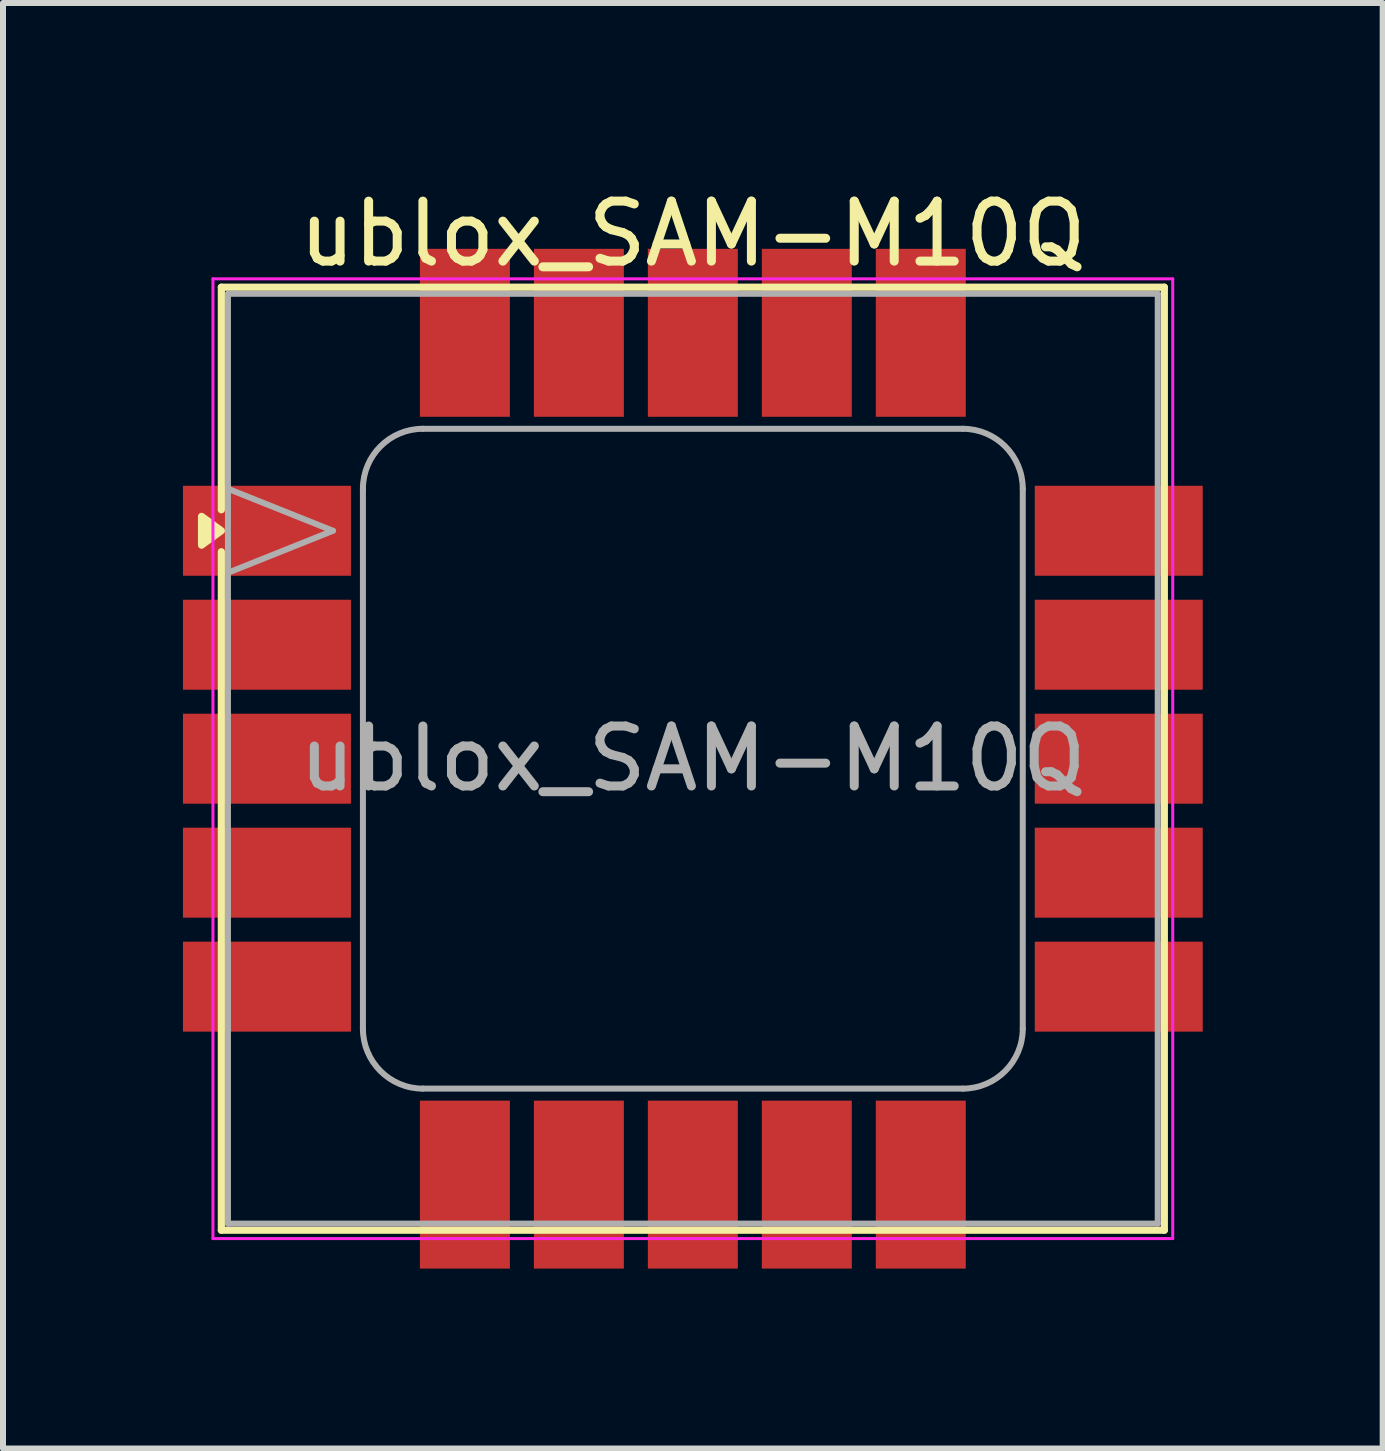
<source format=kicad_pcb>
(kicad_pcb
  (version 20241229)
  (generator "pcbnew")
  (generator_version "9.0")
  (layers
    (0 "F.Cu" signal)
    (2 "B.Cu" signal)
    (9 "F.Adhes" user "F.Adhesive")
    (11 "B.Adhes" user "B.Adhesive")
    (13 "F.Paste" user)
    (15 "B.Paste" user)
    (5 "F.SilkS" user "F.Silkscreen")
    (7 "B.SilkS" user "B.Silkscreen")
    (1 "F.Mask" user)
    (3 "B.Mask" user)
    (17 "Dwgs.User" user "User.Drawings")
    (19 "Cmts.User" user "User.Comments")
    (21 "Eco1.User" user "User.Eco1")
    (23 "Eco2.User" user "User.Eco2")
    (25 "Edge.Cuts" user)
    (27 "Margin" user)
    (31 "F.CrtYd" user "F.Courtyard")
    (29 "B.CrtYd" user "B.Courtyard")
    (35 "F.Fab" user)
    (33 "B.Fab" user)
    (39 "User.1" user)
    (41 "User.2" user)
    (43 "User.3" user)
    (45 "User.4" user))
  (footprint "ublox_SAM-M10Q"
    (layer "F.Cu")
    (at 8.5 9.598)
    (property "Reference" "ublox_SAM-M10Q" (at 0 -8.75 0) (layer "F.SilkS") (effects (font (size 1 1) (thickness 0.15))))
    (attr smd)
    (fp_line (start -7.86 -7.86) (end -7.86 -4.15) (stroke (width 0.12) (type solid)) (layer "F.SilkS"))
    (fp_line (start -7.86 -7.86) (end 7.86 -7.86) (stroke (width 0.12) (type solid)) (layer "F.SilkS"))
    (fp_line (start -7.86 -3.45) (end -7.86 7.86) (stroke (width 0.12) (type solid)) (layer "F.SilkS"))
    (fp_line (start -7.86 7.86) (end 7.86 7.86) (stroke (width 0.12) (type solid)) (layer "F.SilkS"))
    (fp_line (start 7.86 -7.86) (end 7.86 7.86) (stroke (width 0.12) (type solid)) (layer "F.SilkS"))
    (fp_poly (pts (xy -7.86 -3.8) (xy -8.19 -3.56) (xy -8.19 -4.04) (xy -7.86 -3.8)) (stroke (width 0.12) (type solid)) (fill yes) (layer "F.SilkS"))
    (fp_line (start -8 -8) (end -8 8) (stroke (width 0.05) (type solid)) (layer "F.CrtYd"))
    (fp_line (start -8 8) (end 8 8) (stroke (width 0.05) (type solid)) (layer "F.CrtYd"))
    (fp_line (start 8 -8) (end -8 -8) (stroke (width 0.05) (type solid)) (layer "F.CrtYd"))
    (fp_line (start 8 8) (end 8 -8) (stroke (width 0.05) (type solid)) (layer "F.CrtYd"))
    (fp_line (start -7.75 -7.75) (end -7.75 7.75) (stroke (width 0.1) (type solid)) (layer "F.Fab"))
    (fp_line (start -7.75 7.75) (end 7.75 7.75) (stroke (width 0.1) (type solid)) (layer "F.Fab"))
    (fp_line (start -6 -3.8) (end -7.75 -4.5) (stroke (width 0.1) (type solid)) (layer "F.Fab"))
    (fp_line (start -6 -3.8) (end -7.75 -3.1) (stroke (width 0.1) (type solid)) (layer "F.Fab"))
    (fp_line (start -5.5 -4.5) (end -5.5 4.5) (stroke (width 0.1) (type solid)) (layer "F.Fab"))
    (fp_line (start -4.5 5.5) (end 4.5 5.5) (stroke (width 0.1) (type solid)) (layer "F.Fab"))
    (fp_line (start 4.5 -5.5) (end -4.5 -5.5) (stroke (width 0.1) (type solid)) (layer "F.Fab"))
    (fp_line (start 5.5 4.5) (end 5.5 -4.5) (stroke (width 0.1) (type solid)) (layer "F.Fab"))
    (fp_line (start 7.75 -7.75) (end -7.75 -7.75) (stroke (width 0.1) (type solid)) (layer "F.Fab"))
    (fp_line (start 7.75 7.75) (end 7.75 -7.75) (stroke (width 0.1) (type solid)) (layer "F.Fab"))
    (fp_arc (start -5.5 -4.5) (mid -5.207107 -5.207107) (end -4.5 -5.5) (stroke (width 0.1) (type solid)) (layer "F.Fab"))
    (fp_arc (start -4.5 5.5) (mid -5.207107 5.207107) (end -5.5 4.5) (stroke (width 0.1) (type solid)) (layer "F.Fab"))
    (fp_arc (start 4.5 -5.5) (mid 5.207107 -5.207107) (end 5.5 -4.5) (stroke (width 0.1) (type solid)) (layer "F.Fab"))
    (fp_arc (start 5.5 4.5) (mid 5.207107 5.207107) (end 4.5 5.5) (stroke (width 0.1) (type solid)) (layer "F.Fab"))
    (fp_text user "${REFERENCE}" (at 0 0 0) (layer "F.Fab") (effects (font (size 1 1) (thickness 0.15))))
    (pad "" smd rect (at -7.1 -4.225) (size 0.72 0.58) (layers "F.Paste"))
    (pad "" smd rect (at -7.1 -3.375) (size 0.72 0.58) (layers "F.Paste"))
    (pad "" smd rect (at -7.1 -2.325) (size 0.72 0.58) (layers "F.Paste"))
    (pad "" smd rect (at -7.1 -1.475) (size 0.72 0.58) (layers "F.Paste"))
    (pad "" smd rect (at -7.1 -0.425) (size 0.72 0.58) (layers "F.Paste"))
    (pad "" smd rect (at -7.1 0.425) (size 0.72 0.58) (layers "F.Paste"))
    (pad "" smd rect (at -7.1 1.475) (size 0.72 0.58) (layers "F.Paste"))
    (pad "" smd rect (at -7.1 2.325) (size 0.72 0.58) (layers "F.Paste"))
    (pad "" smd rect (at -7.1 3.375) (size 0.72 0.58) (layers "F.Paste"))
    (pad "" smd rect (at -7.1 4.225) (size 0.72 0.58) (layers "F.Paste"))
    (pad "" smd rect (at -6.1 -4.225) (size 0.72 0.58) (layers "F.Paste"))
    (pad "" smd rect (at -6.1 -3.375) (size 0.72 0.58) (layers "F.Paste"))
    (pad "" smd rect (at -6.1 -2.325) (size 0.72 0.58) (layers "F.Paste"))
    (pad "" smd rect (at -6.1 -1.475) (size 0.72 0.58) (layers "F.Paste"))
    (pad "" smd rect (at -6.1 -0.425) (size 0.72 0.58) (layers "F.Paste"))
    (pad "" smd rect (at -6.1 0.425) (size 0.72 0.58) (layers "F.Paste"))
    (pad "" smd rect (at -6.1 1.475) (size 0.72 0.58) (layers "F.Paste"))
    (pad "" smd rect (at -6.1 2.325) (size 0.72 0.58) (layers "F.Paste"))
    (pad "" smd rect (at -6.1 3.375) (size 0.72 0.58) (layers "F.Paste"))
    (pad "" smd rect (at -6.1 4.225) (size 0.72 0.58) (layers "F.Paste"))
    (pad "" smd rect (at -4.225 -7.1) (size 0.58 0.72) (layers "F.Paste"))
    (pad "" smd rect (at -4.225 -6.1) (size 0.58 0.72) (layers "F.Paste"))
    (pad "" smd rect (at -4.225 6.1) (size 0.58 0.72) (layers "F.Paste"))
    (pad "" smd rect (at -4.225 7.1) (size 0.58 0.72) (layers "F.Paste"))
    (pad "" smd rect (at -3.375 -7.1) (size 0.58 0.72) (layers "F.Paste"))
    (pad "" smd rect (at -3.375 -6.1) (size 0.58 0.72) (layers "F.Paste"))
    (pad "" smd rect (at -3.375 6.1) (size 0.58 0.72) (layers "F.Paste"))
    (pad "" smd rect (at -3.375 7.1) (size 0.58 0.72) (layers "F.Paste"))
    (pad "" smd rect (at -2.325 -7.1) (size 0.58 0.72) (layers "F.Paste"))
    (pad "" smd rect (at -2.325 -6.1) (size 0.58 0.72) (layers "F.Paste"))
    (pad "" smd rect (at -2.325 6.1) (size 0.58 0.72) (layers "F.Paste"))
    (pad "" smd rect (at -2.325 7.1) (size 0.58 0.72) (layers "F.Paste"))
    (pad "" smd rect (at -1.475 -7.1) (size 0.58 0.72) (layers "F.Paste"))
    (pad "" smd rect (at -1.475 -6.1) (size 0.58 0.72) (layers "F.Paste"))
    (pad "" smd rect (at -1.475 6.1) (size 0.58 0.72) (layers "F.Paste"))
    (pad "" smd rect (at -1.475 7.1) (size 0.58 0.72) (layers "F.Paste"))
    (pad "" smd rect (at -0.425 -7.1) (size 0.58 0.72) (layers "F.Paste"))
    (pad "" smd rect (at -0.425 -6.1) (size 0.58 0.72) (layers "F.Paste"))
    (pad "" smd rect (at -0.425 6.1) (size 0.58 0.72) (layers "F.Paste"))
    (pad "" smd rect (at -0.425 7.1) (size 0.58 0.72) (layers "F.Paste"))
    (pad "" smd rect (at 0.425 -7.1) (size 0.58 0.72) (layers "F.Paste"))
    (pad "" smd rect (at 0.425 -6.1) (size 0.58 0.72) (layers "F.Paste"))
    (pad "" smd rect (at 0.425 6.1) (size 0.58 0.72) (layers "F.Paste"))
    (pad "" smd rect (at 0.425 7.1) (size 0.58 0.72) (layers "F.Paste"))
    (pad "" smd rect (at 1.475 -7.1) (size 0.58 0.72) (layers "F.Paste"))
    (pad "" smd rect (at 1.475 -6.1) (size 0.58 0.72) (layers "F.Paste"))
    (pad "" smd rect (at 1.475 6.1) (size 0.58 0.72) (layers "F.Paste"))
    (pad "" smd rect (at 1.475 7.1) (size 0.58 0.72) (layers "F.Paste"))
    (pad "" smd rect (at 2.325 -7.1) (size 0.58 0.72) (layers "F.Paste"))
    (pad "" smd rect (at 2.325 -6.1) (size 0.58 0.72) (layers "F.Paste"))
    (pad "" smd rect (at 2.325 6.1) (size 0.58 0.72) (layers "F.Paste"))
    (pad "" smd rect (at 2.325 7.1) (size 0.58 0.72) (layers "F.Paste"))
    (pad "" smd rect (at 3.375 -7.1) (size 0.58 0.72) (layers "F.Paste"))
    (pad "" smd rect (at 3.375 -6.1) (size 0.58 0.72) (layers "F.Paste"))
    (pad "" smd rect (at 3.375 6.1) (size 0.58 0.72) (layers "F.Paste"))
    (pad "" smd rect (at 3.375 7.1) (size 0.58 0.72) (layers "F.Paste"))
    (pad "" smd rect (at 4.225 -7.1) (size 0.58 0.72) (layers "F.Paste"))
    (pad "" smd rect (at 4.225 -6.1) (size 0.58 0.72) (layers "F.Paste"))
    (pad "" smd rect (at 4.225 6.1) (size 0.58 0.72) (layers "F.Paste"))
    (pad "" smd rect (at 4.225 7.1) (size 0.58 0.72) (layers "F.Paste"))
    (pad "" smd rect (at 6.1 -4.225) (size 0.72 0.58) (layers "F.Paste"))
    (pad "" smd rect (at 6.1 -3.375) (size 0.72 0.58) (layers "F.Paste"))
    (pad "" smd rect (at 6.1 -2.325) (size 0.72 0.58) (layers "F.Paste"))
    (pad "" smd rect (at 6.1 -1.475) (size 0.72 0.58) (layers "F.Paste"))
    (pad "" smd rect (at 6.1 -0.425) (size 0.72 0.58) (layers "F.Paste"))
    (pad "" smd rect (at 6.1 0.425) (size 0.72 0.58) (layers "F.Paste"))
    (pad "" smd rect (at 6.1 1.475) (size 0.72 0.58) (layers "F.Paste"))
    (pad "" smd rect (at 6.1 2.325) (size 0.72 0.58) (layers "F.Paste"))
    (pad "" smd rect (at 6.1 3.375) (size 0.72 0.58) (layers "F.Paste"))
    (pad "" smd rect (at 6.1 4.225) (size 0.72 0.58) (layers "F.Paste"))
    (pad "" smd rect (at 7.1 -4.225) (size 0.72 0.58) (layers "F.Paste"))
    (pad "" smd rect (at 7.1 -3.375) (size 0.72 0.58) (layers "F.Paste"))
    (pad "" smd rect (at 7.1 -2.325) (size 0.72 0.58) (layers "F.Paste"))
    (pad "" smd rect (at 7.1 -1.475) (size 0.72 0.58) (layers "F.Paste"))
    (pad "" smd rect (at 7.1 -0.425) (size 0.72 0.58) (layers "F.Paste"))
    (pad "" smd rect (at 7.1 0.425) (size 0.72 0.58) (layers "F.Paste"))
    (pad "" smd rect (at 7.1 1.475) (size 0.72 0.58) (layers "F.Paste"))
    (pad "" smd rect (at 7.1 2.325) (size 0.72 0.58) (layers "F.Paste"))
    (pad "" smd rect (at 7.1 3.375) (size 0.72 0.58) (layers "F.Paste"))
    (pad "" smd rect (at 7.1 4.225) (size 0.72 0.58) (layers "F.Paste"))
    (pad "1" smd rect (at -7.1 -3.8) (size 2.8 1.5) (layers "F.Cu" "F.Mask"))
    (pad "2" smd rect (at -7.1 -1.9) (size 2.8 1.5) (layers "F.Cu" "F.Mask"))
    (pad "3" smd rect (at -7.1 0) (size 2.8 1.5) (layers "F.Cu" "F.Mask"))
    (pad "4" smd rect (at -7.1 1.9) (size 2.8 1.5) (layers "F.Cu" "F.Mask"))
    (pad "5" smd rect (at -7.1 3.8) (size 2.8 1.5) (layers "F.Cu" "F.Mask"))
    (pad "6" smd rect (at -3.8 7.1) (size 1.5 2.8) (layers "F.Cu" "F.Mask"))
    (pad "7" smd rect (at -1.9 7.1) (size 1.5 2.8) (layers "F.Cu" "F.Mask"))
    (pad "8" smd rect (at 0 7.1) (size 1.5 2.8) (layers "F.Cu" "F.Mask"))
    (pad "9" smd rect (at 1.9 7.1) (size 1.5 2.8) (layers "F.Cu" "F.Mask"))
    (pad "10" smd rect (at 3.8 7.1) (size 1.5 2.8) (layers "F.Cu" "F.Mask"))
    (pad "11" smd rect (at 7.1 3.8) (size 2.8 1.5) (layers "F.Cu" "F.Mask"))
    (pad "12" smd rect (at 7.1 1.9) (size 2.8 1.5) (layers "F.Cu" "F.Mask"))
    (pad "13" smd rect (at 7.1 0) (size 2.8 1.5) (layers "F.Cu" "F.Mask"))
    (pad "14" smd rect (at 7.1 -1.9) (size 2.8 1.5) (layers "F.Cu" "F.Mask"))
    (pad "15" smd rect (at 7.1 -3.8) (size 2.8 1.5) (layers "F.Cu" "F.Mask"))
    (pad "16" smd rect (at 3.8 -7.1) (size 1.5 2.8) (layers "F.Cu" "F.Mask"))
    (pad "17" smd rect (at 1.9 -7.1) (size 1.5 2.8) (layers "F.Cu" "F.Mask"))
    (pad "18" smd rect (at 0 -7.1) (size 1.5 2.8) (layers "F.Cu" "F.Mask"))
    (pad "19" smd rect (at -1.9 -7.1) (size 1.5 2.8) (layers "F.Cu" "F.Mask"))
    (pad "20" smd rect (at -3.8 -7.1) (size 1.5 2.8) (layers "F.Cu" "F.Mask")))
  (gr_rect
    (start -3 -3)
    (end 20 21.098)
    (stroke (width 0.1) (type default))
    (fill no)
    (layer "Edge.Cuts")))
</source>
